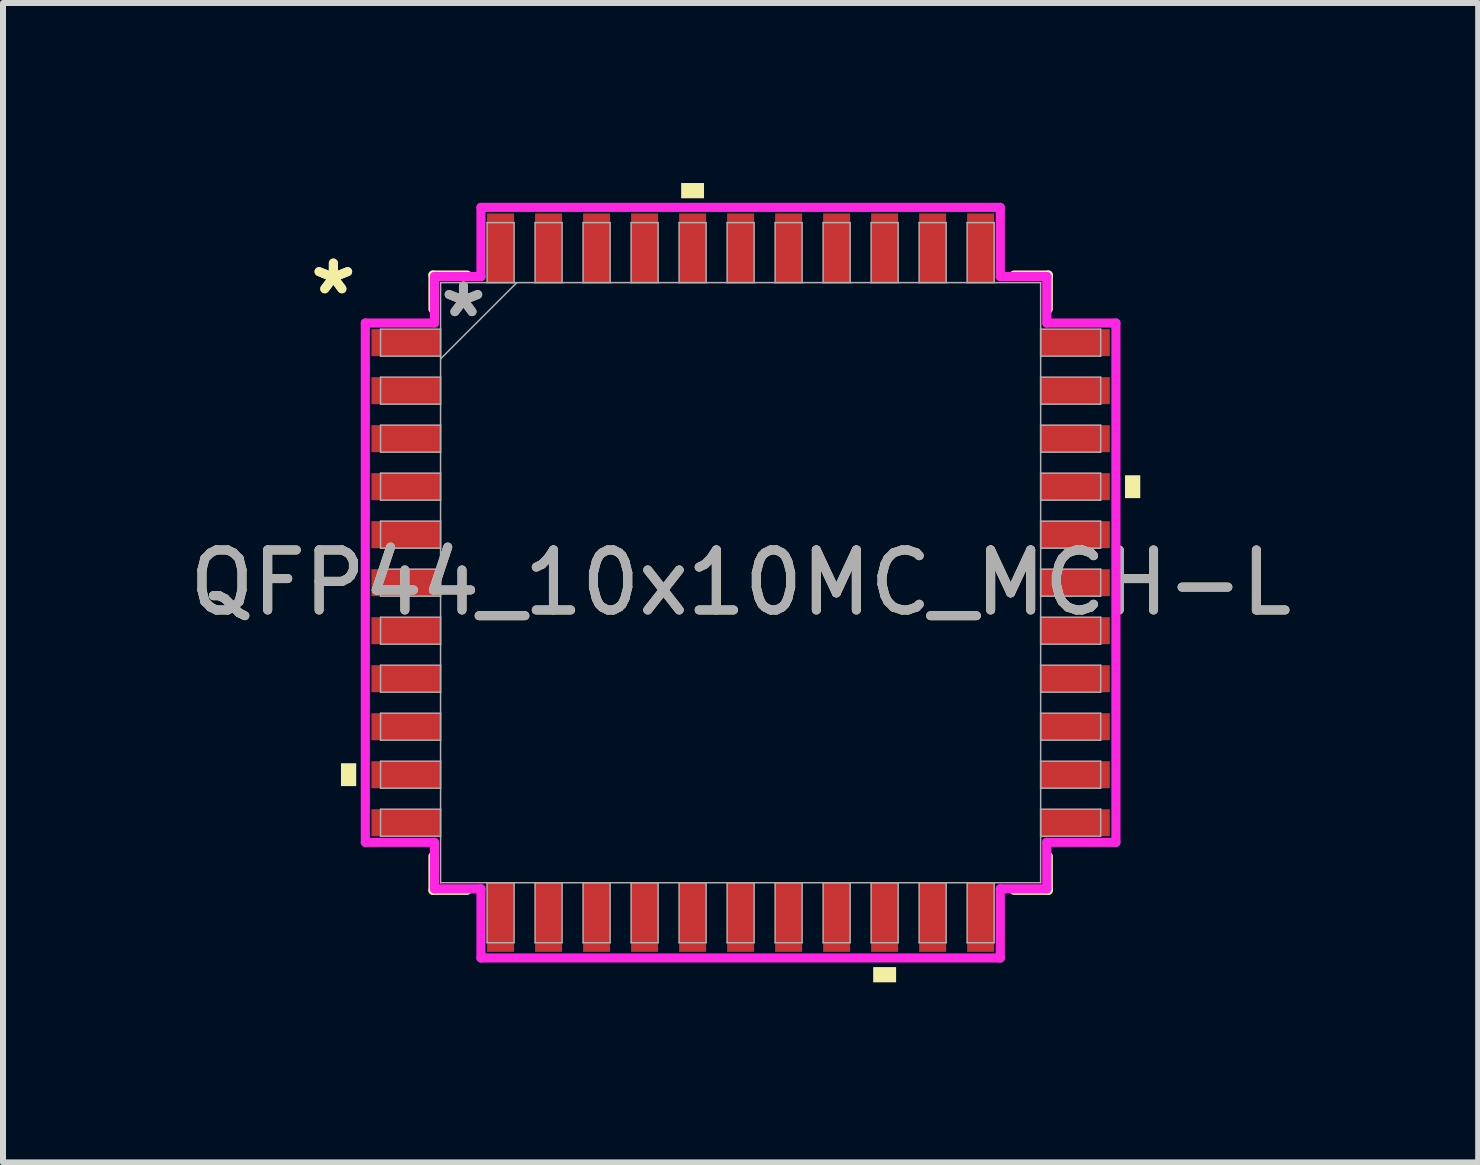
<source format=kicad_pcb>
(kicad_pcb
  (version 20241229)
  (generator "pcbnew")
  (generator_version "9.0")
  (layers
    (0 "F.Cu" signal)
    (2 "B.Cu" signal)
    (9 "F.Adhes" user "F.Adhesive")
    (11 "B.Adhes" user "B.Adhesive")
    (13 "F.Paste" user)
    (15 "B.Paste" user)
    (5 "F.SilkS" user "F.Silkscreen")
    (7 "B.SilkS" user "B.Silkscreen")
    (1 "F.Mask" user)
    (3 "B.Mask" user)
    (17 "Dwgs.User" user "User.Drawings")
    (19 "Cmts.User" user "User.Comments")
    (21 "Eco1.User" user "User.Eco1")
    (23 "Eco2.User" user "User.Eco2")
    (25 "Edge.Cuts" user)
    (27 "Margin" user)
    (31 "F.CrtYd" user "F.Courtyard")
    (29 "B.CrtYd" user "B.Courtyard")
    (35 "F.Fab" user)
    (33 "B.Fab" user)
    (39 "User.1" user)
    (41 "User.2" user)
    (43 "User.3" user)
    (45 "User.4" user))
  (footprint "QFP44_10x10MC_MCH-L"
    (layer "F.Cu")
    (at 9.292 6.66)
    (property "Reference" "QFP44_10x10MC_MCH-L" (at 0 0 0) (unlocked yes) (layer "F.SilkS") (effects (font (size 1 1) (thickness 0.15))))
    (attr smd)
    (fp_line (start -5.127 -5.127) (end -5.127 -4.558) (stroke (width 0.152) (type solid)) (layer "F.SilkS"))
    (fp_line (start -5.127 4.558) (end -5.127 5.127) (stroke (width 0.152) (type solid)) (layer "F.SilkS"))
    (fp_line (start -5.127 5.127) (end -4.558 5.127) (stroke (width 0.152) (type solid)) (layer "F.SilkS"))
    (fp_line (start -4.558 -5.127) (end -5.127 -5.127) (stroke (width 0.152) (type solid)) (layer "F.SilkS"))
    (fp_line (start 4.558 5.127) (end 5.127 5.127) (stroke (width 0.152) (type solid)) (layer "F.SilkS"))
    (fp_line (start 5.127 -5.127) (end 4.558 -5.127) (stroke (width 0.152) (type solid)) (layer "F.SilkS"))
    (fp_line (start 5.127 -4.558) (end 5.127 -5.127) (stroke (width 0.152) (type solid)) (layer "F.SilkS"))
    (fp_line (start 5.127 5.127) (end 5.127 4.558) (stroke (width 0.152) (type solid)) (layer "F.SilkS"))
    (fp_poly (pts (xy -6.66 3.009) (xy -6.66 3.39) (xy -6.406 3.39) (xy -6.406 3.009)) (stroke (width 0) (type solid)) (fill yes) (layer "F.SilkS"))
    (fp_poly (pts (xy -0.991 -6.406) (xy -0.991 -6.66) (xy -0.61 -6.66) (xy -0.61 -6.406)) (stroke (width 0) (type solid)) (fill yes) (layer "F.SilkS"))
    (fp_poly (pts (xy 2.209 6.406) (xy 2.209 6.66) (xy 2.591 6.66) (xy 2.591 6.406)) (stroke (width 0) (type solid)) (fill yes) (layer "F.SilkS"))
    (fp_poly (pts (xy 6.66 -1.79) (xy 6.66 -1.409) (xy 6.406 -1.409) (xy 6.406 -1.79)) (stroke (width 0) (type solid)) (fill yes) (layer "F.SilkS"))
    (fp_line (start -6.254 -4.327) (end -5.102 -4.327) (stroke (width 0.152) (type solid)) (layer "F.CrtYd"))
    (fp_line (start -6.254 4.327) (end -6.254 -4.327) (stroke (width 0.152) (type solid)) (layer "F.CrtYd"))
    (fp_line (start -5.102 -5.102) (end -4.327 -5.102) (stroke (width 0.152) (type solid)) (layer "F.CrtYd"))
    (fp_line (start -5.102 -4.327) (end -5.102 -5.102) (stroke (width 0.152) (type solid)) (layer "F.CrtYd"))
    (fp_line (start -5.102 4.327) (end -6.254 4.327) (stroke (width 0.152) (type solid)) (layer "F.CrtYd"))
    (fp_line (start -5.102 5.102) (end -5.102 4.327) (stroke (width 0.152) (type solid)) (layer "F.CrtYd"))
    (fp_line (start -5.102 5.102) (end -4.327 5.102) (stroke (width 0.152) (type solid)) (layer "F.CrtYd"))
    (fp_line (start -4.327 -6.254) (end 4.327 -6.254) (stroke (width 0.152) (type solid)) (layer "F.CrtYd"))
    (fp_line (start -4.327 -5.102) (end -4.327 -6.254) (stroke (width 0.152) (type solid)) (layer "F.CrtYd"))
    (fp_line (start -4.327 5.102) (end -4.327 6.254) (stroke (width 0.152) (type solid)) (layer "F.CrtYd"))
    (fp_line (start -4.327 6.254) (end 4.327 6.254) (stroke (width 0.152) (type solid)) (layer "F.CrtYd"))
    (fp_line (start 4.327 -6.254) (end 4.327 -5.102) (stroke (width 0.152) (type solid)) (layer "F.CrtYd"))
    (fp_line (start 4.327 -5.102) (end 5.102 -5.102) (stroke (width 0.152) (type solid)) (layer "F.CrtYd"))
    (fp_line (start 4.327 5.102) (end 5.102 5.102) (stroke (width 0.152) (type solid)) (layer "F.CrtYd"))
    (fp_line (start 4.327 6.254) (end 4.327 5.102) (stroke (width 0.152) (type solid)) (layer "F.CrtYd"))
    (fp_line (start 5.102 -4.327) (end 5.102 -5.102) (stroke (width 0.152) (type solid)) (layer "F.CrtYd"))
    (fp_line (start 5.102 4.327) (end 6.254 4.327) (stroke (width 0.152) (type solid)) (layer "F.CrtYd"))
    (fp_line (start 5.102 5.102) (end 5.102 4.327) (stroke (width 0.152) (type solid)) (layer "F.CrtYd"))
    (fp_line (start 6.254 -4.327) (end 5.102 -4.327) (stroke (width 0.152) (type solid)) (layer "F.CrtYd"))
    (fp_line (start 6.254 4.327) (end 6.254 -4.327) (stroke (width 0.152) (type solid)) (layer "F.CrtYd"))
    (fp_line (start -6 -4.225) (end -6 -3.775) (stroke (width 0.025) (type solid)) (layer "F.Fab"))
    (fp_line (start -6 -3.775) (end -5 -3.775) (stroke (width 0.025) (type solid)) (layer "F.Fab"))
    (fp_line (start -6 -3.425) (end -6 -2.975) (stroke (width 0.025) (type solid)) (layer "F.Fab"))
    (fp_line (start -6 -2.975) (end -5 -2.975) (stroke (width 0.025) (type solid)) (layer "F.Fab"))
    (fp_line (start -6 -2.625) (end -6 -2.175) (stroke (width 0.025) (type solid)) (layer "F.Fab"))
    (fp_line (start -6 -2.175) (end -5 -2.175) (stroke (width 0.025) (type solid)) (layer "F.Fab"))
    (fp_line (start -6 -1.825) (end -6 -1.375) (stroke (width 0.025) (type solid)) (layer "F.Fab"))
    (fp_line (start -6 -1.375) (end -5 -1.375) (stroke (width 0.025) (type solid)) (layer "F.Fab"))
    (fp_line (start -6 -1.025) (end -6 -0.575) (stroke (width 0.025) (type solid)) (layer "F.Fab"))
    (fp_line (start -6 -0.575) (end -5 -0.575) (stroke (width 0.025) (type solid)) (layer "F.Fab"))
    (fp_line (start -6 -0.225) (end -6 0.225) (stroke (width 0.025) (type solid)) (layer "F.Fab"))
    (fp_line (start -6 0.225) (end -5 0.225) (stroke (width 0.025) (type solid)) (layer "F.Fab"))
    (fp_line (start -6 0.575) (end -6 1.025) (stroke (width 0.025) (type solid)) (layer "F.Fab"))
    (fp_line (start -6 1.025) (end -5 1.025) (stroke (width 0.025) (type solid)) (layer "F.Fab"))
    (fp_line (start -6 1.375) (end -6 1.825) (stroke (width 0.025) (type solid)) (layer "F.Fab"))
    (fp_line (start -6 1.825) (end -5 1.825) (stroke (width 0.025) (type solid)) (layer "F.Fab"))
    (fp_line (start -6 2.175) (end -6 2.625) (stroke (width 0.025) (type solid)) (layer "F.Fab"))
    (fp_line (start -6 2.625) (end -5 2.625) (stroke (width 0.025) (type solid)) (layer "F.Fab"))
    (fp_line (start -6 2.975) (end -6 3.425) (stroke (width 0.025) (type solid)) (layer "F.Fab"))
    (fp_line (start -6 3.425) (end -5 3.425) (stroke (width 0.025) (type solid)) (layer "F.Fab"))
    (fp_line (start -6 3.775) (end -6 4.225) (stroke (width 0.025) (type solid)) (layer "F.Fab"))
    (fp_line (start -6 4.225) (end -5 4.225) (stroke (width 0.025) (type solid)) (layer "F.Fab"))
    (fp_line (start -5 -5) (end -5 5) (stroke (width 0.025) (type solid)) (layer "F.Fab"))
    (fp_line (start -5 -4.225) (end -6 -4.225) (stroke (width 0.025) (type solid)) (layer "F.Fab"))
    (fp_line (start -5 -3.775) (end -5 -4.225) (stroke (width 0.025) (type solid)) (layer "F.Fab"))
    (fp_line (start -5 -3.73) (end -3.73 -5) (stroke (width 0.025) (type solid)) (layer "F.Fab"))
    (fp_line (start -5 -3.425) (end -6 -3.425) (stroke (width 0.025) (type solid)) (layer "F.Fab"))
    (fp_line (start -5 -2.975) (end -5 -3.425) (stroke (width 0.025) (type solid)) (layer "F.Fab"))
    (fp_line (start -5 -2.625) (end -6 -2.625) (stroke (width 0.025) (type solid)) (layer "F.Fab"))
    (fp_line (start -5 -2.175) (end -5 -2.625) (stroke (width 0.025) (type solid)) (layer "F.Fab"))
    (fp_line (start -5 -1.825) (end -6 -1.825) (stroke (width 0.025) (type solid)) (layer "F.Fab"))
    (fp_line (start -5 -1.375) (end -5 -1.825) (stroke (width 0.025) (type solid)) (layer "F.Fab"))
    (fp_line (start -5 -1.025) (end -6 -1.025) (stroke (width 0.025) (type solid)) (layer "F.Fab"))
    (fp_line (start -5 -0.575) (end -5 -1.025) (stroke (width 0.025) (type solid)) (layer "F.Fab"))
    (fp_line (start -5 -0.225) (end -6 -0.225) (stroke (width 0.025) (type solid)) (layer "F.Fab"))
    (fp_line (start -5 0.225) (end -5 -0.225) (stroke (width 0.025) (type solid)) (layer "F.Fab"))
    (fp_line (start -5 0.575) (end -6 0.575) (stroke (width 0.025) (type solid)) (layer "F.Fab"))
    (fp_line (start -5 1.025) (end -5 0.575) (stroke (width 0.025) (type solid)) (layer "F.Fab"))
    (fp_line (start -5 1.375) (end -6 1.375) (stroke (width 0.025) (type solid)) (layer "F.Fab"))
    (fp_line (start -5 1.825) (end -5 1.375) (stroke (width 0.025) (type solid)) (layer "F.Fab"))
    (fp_line (start -5 2.175) (end -6 2.175) (stroke (width 0.025) (type solid)) (layer "F.Fab"))
    (fp_line (start -5 2.625) (end -5 2.175) (stroke (width 0.025) (type solid)) (layer "F.Fab"))
    (fp_line (start -5 2.975) (end -6 2.975) (stroke (width 0.025) (type solid)) (layer "F.Fab"))
    (fp_line (start -5 3.425) (end -5 2.975) (stroke (width 0.025) (type solid)) (layer "F.Fab"))
    (fp_line (start -5 3.775) (end -6 3.775) (stroke (width 0.025) (type solid)) (layer "F.Fab"))
    (fp_line (start -5 4.225) (end -5 3.775) (stroke (width 0.025) (type solid)) (layer "F.Fab"))
    (fp_line (start -5 5) (end 5 5) (stroke (width 0.025) (type solid)) (layer "F.Fab"))
    (fp_line (start -4.225 5) (end -4.225 6) (stroke (width 0.025) (type solid)) (layer "F.Fab"))
    (fp_line (start -4.225 6) (end -3.775 6) (stroke (width 0.025) (type solid)) (layer "F.Fab"))
    (fp_line (start -4.225 -6) (end -4.225 -5) (stroke (width 0.025) (type solid)) (layer "F.Fab"))
    (fp_line (start -4.225 -5) (end -3.775 -5) (stroke (width 0.025) (type solid)) (layer "F.Fab"))
    (fp_line (start -3.775 5) (end -4.225 5) (stroke (width 0.025) (type solid)) (layer "F.Fab"))
    (fp_line (start -3.775 6) (end -3.775 5) (stroke (width 0.025) (type solid)) (layer "F.Fab"))
    (fp_line (start -3.775 -6) (end -4.225 -6) (stroke (width 0.025) (type solid)) (layer "F.Fab"))
    (fp_line (start -3.775 -5) (end -3.775 -6) (stroke (width 0.025) (type solid)) (layer "F.Fab"))
    (fp_line (start -3.425 -6) (end -3.425 -5) (stroke (width 0.025) (type solid)) (layer "F.Fab"))
    (fp_line (start -3.425 -5) (end -2.975 -5) (stroke (width 0.025) (type solid)) (layer "F.Fab"))
    (fp_line (start -3.425 5) (end -3.425 6) (stroke (width 0.025) (type solid)) (layer "F.Fab"))
    (fp_line (start -3.425 6) (end -2.975 6) (stroke (width 0.025) (type solid)) (layer "F.Fab"))
    (fp_line (start -2.975 5) (end -3.425 5) (stroke (width 0.025) (type solid)) (layer "F.Fab"))
    (fp_line (start -2.975 6) (end -2.975 5) (stroke (width 0.025) (type solid)) (layer "F.Fab"))
    (fp_line (start -2.975 -6) (end -3.425 -6) (stroke (width 0.025) (type solid)) (layer "F.Fab"))
    (fp_line (start -2.975 -5) (end -2.975 -6) (stroke (width 0.025) (type solid)) (layer "F.Fab"))
    (fp_line (start -2.625 -6) (end -2.625 -5) (stroke (width 0.025) (type solid)) (layer "F.Fab"))
    (fp_line (start -2.625 -5) (end -2.175 -5) (stroke (width 0.025) (type solid)) (layer "F.Fab"))
    (fp_line (start -2.625 5) (end -2.625 6) (stroke (width 0.025) (type solid)) (layer "F.Fab"))
    (fp_line (start -2.625 6) (end -2.175 6) (stroke (width 0.025) (type solid)) (layer "F.Fab"))
    (fp_line (start -2.175 -6) (end -2.625 -6) (stroke (width 0.025) (type solid)) (layer "F.Fab"))
    (fp_line (start -2.175 -5) (end -2.175 -6) (stroke (width 0.025) (type solid)) (layer "F.Fab"))
    (fp_line (start -2.175 5) (end -2.625 5) (stroke (width 0.025) (type solid)) (layer "F.Fab"))
    (fp_line (start -2.175 6) (end -2.175 5) (stroke (width 0.025) (type solid)) (layer "F.Fab"))
    (fp_line (start -1.825 -6) (end -1.825 -5) (stroke (width 0.025) (type solid)) (layer "F.Fab"))
    (fp_line (start -1.825 -5) (end -1.375 -5) (stroke (width 0.025) (type solid)) (layer "F.Fab"))
    (fp_line (start -1.825 5) (end -1.825 6) (stroke (width 0.025) (type solid)) (layer "F.Fab"))
    (fp_line (start -1.825 6) (end -1.375 6) (stroke (width 0.025) (type solid)) (layer "F.Fab"))
    (fp_line (start -1.375 -6) (end -1.825 -6) (stroke (width 0.025) (type solid)) (layer "F.Fab"))
    (fp_line (start -1.375 -5) (end -1.375 -6) (stroke (width 0.025) (type solid)) (layer "F.Fab"))
    (fp_line (start -1.375 5) (end -1.825 5) (stroke (width 0.025) (type solid)) (layer "F.Fab"))
    (fp_line (start -1.375 6) (end -1.375 5) (stroke (width 0.025) (type solid)) (layer "F.Fab"))
    (fp_line (start -1.025 -6) (end -1.025 -5) (stroke (width 0.025) (type solid)) (layer "F.Fab"))
    (fp_line (start -1.025 -5) (end -0.575 -5) (stroke (width 0.025) (type solid)) (layer "F.Fab"))
    (fp_line (start -1.025 5) (end -1.025 6) (stroke (width 0.025) (type solid)) (layer "F.Fab"))
    (fp_line (start -1.025 6) (end -0.575 6) (stroke (width 0.025) (type solid)) (layer "F.Fab"))
    (fp_line (start -0.575 -6) (end -1.025 -6) (stroke (width 0.025) (type solid)) (layer "F.Fab"))
    (fp_line (start -0.575 -5) (end -0.575 -6) (stroke (width 0.025) (type solid)) (layer "F.Fab"))
    (fp_line (start -0.575 5) (end -1.025 5) (stroke (width 0.025) (type solid)) (layer "F.Fab"))
    (fp_line (start -0.575 6) (end -0.575 5) (stroke (width 0.025) (type solid)) (layer "F.Fab"))
    (fp_line (start -0.225 -6) (end -0.225 -5) (stroke (width 0.025) (type solid)) (layer "F.Fab"))
    (fp_line (start -0.225 -5) (end 0.225 -5) (stroke (width 0.025) (type solid)) (layer "F.Fab"))
    (fp_line (start -0.225 5) (end -0.225 6) (stroke (width 0.025) (type solid)) (layer "F.Fab"))
    (fp_line (start -0.225 6) (end 0.225 6) (stroke (width 0.025) (type solid)) (layer "F.Fab"))
    (fp_line (start 0.225 -6) (end -0.225 -6) (stroke (width 0.025) (type solid)) (layer "F.Fab"))
    (fp_line (start 0.225 -5) (end 0.225 -6) (stroke (width 0.025) (type solid)) (layer "F.Fab"))
    (fp_line (start 0.225 5) (end -0.225 5) (stroke (width 0.025) (type solid)) (layer "F.Fab"))
    (fp_line (start 0.225 6) (end 0.225 5) (stroke (width 0.025) (type solid)) (layer "F.Fab"))
    (fp_line (start 0.575 -6) (end 0.575 -5) (stroke (width 0.025) (type solid)) (layer "F.Fab"))
    (fp_line (start 0.575 -5) (end 1.025 -5) (stroke (width 0.025) (type solid)) (layer "F.Fab"))
    (fp_line (start 0.575 5) (end 0.575 6) (stroke (width 0.025) (type solid)) (layer "F.Fab"))
    (fp_line (start 0.575 6) (end 1.025 6) (stroke (width 0.025) (type solid)) (layer "F.Fab"))
    (fp_line (start 1.025 -6) (end 0.575 -6) (stroke (width 0.025) (type solid)) (layer "F.Fab"))
    (fp_line (start 1.025 -5) (end 1.025 -6) (stroke (width 0.025) (type solid)) (layer "F.Fab"))
    (fp_line (start 1.025 5) (end 0.575 5) (stroke (width 0.025) (type solid)) (layer "F.Fab"))
    (fp_line (start 1.025 6) (end 1.025 5) (stroke (width 0.025) (type solid)) (layer "F.Fab"))
    (fp_line (start 1.375 -6) (end 1.375 -5) (stroke (width 0.025) (type solid)) (layer "F.Fab"))
    (fp_line (start 1.375 -5) (end 1.825 -5) (stroke (width 0.025) (type solid)) (layer "F.Fab"))
    (fp_line (start 1.375 5) (end 1.375 6) (stroke (width 0.025) (type solid)) (layer "F.Fab"))
    (fp_line (start 1.375 6) (end 1.825 6) (stroke (width 0.025) (type solid)) (layer "F.Fab"))
    (fp_line (start 1.825 -6) (end 1.375 -6) (stroke (width 0.025) (type solid)) (layer "F.Fab"))
    (fp_line (start 1.825 -5) (end 1.825 -6) (stroke (width 0.025) (type solid)) (layer "F.Fab"))
    (fp_line (start 1.825 5) (end 1.375 5) (stroke (width 0.025) (type solid)) (layer "F.Fab"))
    (fp_line (start 1.825 6) (end 1.825 5) (stroke (width 0.025) (type solid)) (layer "F.Fab"))
    (fp_line (start 2.175 -6) (end 2.175 -5) (stroke (width 0.025) (type solid)) (layer "F.Fab"))
    (fp_line (start 2.175 -5) (end 2.625 -5) (stroke (width 0.025) (type solid)) (layer "F.Fab"))
    (fp_line (start 2.175 5) (end 2.175 6) (stroke (width 0.025) (type solid)) (layer "F.Fab"))
    (fp_line (start 2.175 6) (end 2.625 6) (stroke (width 0.025) (type solid)) (layer "F.Fab"))
    (fp_line (start 2.625 -6) (end 2.175 -6) (stroke (width 0.025) (type solid)) (layer "F.Fab"))
    (fp_line (start 2.625 -5) (end 2.625 -6) (stroke (width 0.025) (type solid)) (layer "F.Fab"))
    (fp_line (start 2.625 5) (end 2.175 5) (stroke (width 0.025) (type solid)) (layer "F.Fab"))
    (fp_line (start 2.625 6) (end 2.625 5) (stroke (width 0.025) (type solid)) (layer "F.Fab"))
    (fp_line (start 2.975 5) (end 2.975 6) (stroke (width 0.025) (type solid)) (layer "F.Fab"))
    (fp_line (start 2.975 6) (end 3.425 6) (stroke (width 0.025) (type solid)) (layer "F.Fab"))
    (fp_line (start 2.975 -6) (end 2.975 -5) (stroke (width 0.025) (type solid)) (layer "F.Fab"))
    (fp_line (start 2.975 -5) (end 3.425 -5) (stroke (width 0.025) (type solid)) (layer "F.Fab"))
    (fp_line (start 3.425 -6) (end 2.975 -6) (stroke (width 0.025) (type solid)) (layer "F.Fab"))
    (fp_line (start 3.425 -5) (end 3.425 -6) (stroke (width 0.025) (type solid)) (layer "F.Fab"))
    (fp_line (start 3.425 5) (end 2.975 5) (stroke (width 0.025) (type solid)) (layer "F.Fab"))
    (fp_line (start 3.425 6) (end 3.425 5) (stroke (width 0.025) (type solid)) (layer "F.Fab"))
    (fp_line (start 3.775 5) (end 3.775 6) (stroke (width 0.025) (type solid)) (layer "F.Fab"))
    (fp_line (start 3.775 6) (end 4.225 6) (stroke (width 0.025) (type solid)) (layer "F.Fab"))
    (fp_line (start 3.775 -6) (end 3.775 -5) (stroke (width 0.025) (type solid)) (layer "F.Fab"))
    (fp_line (start 3.775 -5) (end 4.225 -5) (stroke (width 0.025) (type solid)) (layer "F.Fab"))
    (fp_line (start 4.225 5) (end 3.775 5) (stroke (width 0.025) (type solid)) (layer "F.Fab"))
    (fp_line (start 4.225 6) (end 4.225 5) (stroke (width 0.025) (type solid)) (layer "F.Fab"))
    (fp_line (start 4.225 -6) (end 3.775 -6) (stroke (width 0.025) (type solid)) (layer "F.Fab"))
    (fp_line (start 4.225 -5) (end 4.225 -6) (stroke (width 0.025) (type solid)) (layer "F.Fab"))
    (fp_line (start 5 -5) (end -5 -5) (stroke (width 0.025) (type solid)) (layer "F.Fab"))
    (fp_line (start 5 -4.225) (end 5 -3.775) (stroke (width 0.025) (type solid)) (layer "F.Fab"))
    (fp_line (start 5 -3.775) (end 6 -3.775) (stroke (width 0.025) (type solid)) (layer "F.Fab"))
    (fp_line (start 5 -3.425) (end 5 -2.975) (stroke (width 0.025) (type solid)) (layer "F.Fab"))
    (fp_line (start 5 -2.975) (end 6 -2.975) (stroke (width 0.025) (type solid)) (layer "F.Fab"))
    (fp_line (start 5 -2.625) (end 5 -2.175) (stroke (width 0.025) (type solid)) (layer "F.Fab"))
    (fp_line (start 5 -2.175) (end 6 -2.175) (stroke (width 0.025) (type solid)) (layer "F.Fab"))
    (fp_line (start 5 -1.825) (end 5 -1.375) (stroke (width 0.025) (type solid)) (layer "F.Fab"))
    (fp_line (start 5 -1.375) (end 6 -1.375) (stroke (width 0.025) (type solid)) (layer "F.Fab"))
    (fp_line (start 5 -1.025) (end 5 -0.575) (stroke (width 0.025) (type solid)) (layer "F.Fab"))
    (fp_line (start 5 -0.575) (end 6 -0.575) (stroke (width 0.025) (type solid)) (layer "F.Fab"))
    (fp_line (start 5 -0.225) (end 5 0.225) (stroke (width 0.025) (type solid)) (layer "F.Fab"))
    (fp_line (start 5 0.225) (end 6 0.225) (stroke (width 0.025) (type solid)) (layer "F.Fab"))
    (fp_line (start 5 0.575) (end 5 1.025) (stroke (width 0.025) (type solid)) (layer "F.Fab"))
    (fp_line (start 5 1.025) (end 6 1.025) (stroke (width 0.025) (type solid)) (layer "F.Fab"))
    (fp_line (start 5 1.375) (end 5 1.825) (stroke (width 0.025) (type solid)) (layer "F.Fab"))
    (fp_line (start 5 1.825) (end 6 1.825) (stroke (width 0.025) (type solid)) (layer "F.Fab"))
    (fp_line (start 5 2.175) (end 5 2.625) (stroke (width 0.025) (type solid)) (layer "F.Fab"))
    (fp_line (start 5 2.625) (end 6 2.625) (stroke (width 0.025) (type solid)) (layer "F.Fab"))
    (fp_line (start 5 2.975) (end 5 3.425) (stroke (width 0.025) (type solid)) (layer "F.Fab"))
    (fp_line (start 5 3.425) (end 6 3.425) (stroke (width 0.025) (type solid)) (layer "F.Fab"))
    (fp_line (start 5 3.775) (end 5 4.225) (stroke (width 0.025) (type solid)) (layer "F.Fab"))
    (fp_line (start 5 4.225) (end 6 4.225) (stroke (width 0.025) (type solid)) (layer "F.Fab"))
    (fp_line (start 5 5) (end 5 -5) (stroke (width 0.025) (type solid)) (layer "F.Fab"))
    (fp_line (start 6 -4.225) (end 5 -4.225) (stroke (width 0.025) (type solid)) (layer "F.Fab"))
    (fp_line (start 6 -3.775) (end 6 -4.225) (stroke (width 0.025) (type solid)) (layer "F.Fab"))
    (fp_line (start 6 -3.425) (end 5 -3.425) (stroke (width 0.025) (type solid)) (layer "F.Fab"))
    (fp_line (start 6 -2.975) (end 6 -3.425) (stroke (width 0.025) (type solid)) (layer "F.Fab"))
    (fp_line (start 6 -2.625) (end 5 -2.625) (stroke (width 0.025) (type solid)) (layer "F.Fab"))
    (fp_line (start 6 -2.175) (end 6 -2.625) (stroke (width 0.025) (type solid)) (layer "F.Fab"))
    (fp_line (start 6 -1.825) (end 5 -1.825) (stroke (width 0.025) (type solid)) (layer "F.Fab"))
    (fp_line (start 6 -1.375) (end 6 -1.825) (stroke (width 0.025) (type solid)) (layer "F.Fab"))
    (fp_line (start 6 -1.025) (end 5 -1.025) (stroke (width 0.025) (type solid)) (layer "F.Fab"))
    (fp_line (start 6 -0.575) (end 6 -1.025) (stroke (width 0.025) (type solid)) (layer "F.Fab"))
    (fp_line (start 6 -0.225) (end 5 -0.225) (stroke (width 0.025) (type solid)) (layer "F.Fab"))
    (fp_line (start 6 0.225) (end 6 -0.225) (stroke (width 0.025) (type solid)) (layer "F.Fab"))
    (fp_line (start 6 0.575) (end 5 0.575) (stroke (width 0.025) (type solid)) (layer "F.Fab"))
    (fp_line (start 6 1.025) (end 6 0.575) (stroke (width 0.025) (type solid)) (layer "F.Fab"))
    (fp_line (start 6 1.375) (end 5 1.375) (stroke (width 0.025) (type solid)) (layer "F.Fab"))
    (fp_line (start 6 1.825) (end 6 1.375) (stroke (width 0.025) (type solid)) (layer "F.Fab"))
    (fp_line (start 6 2.175) (end 5 2.175) (stroke (width 0.025) (type solid)) (layer "F.Fab"))
    (fp_line (start 6 2.625) (end 6 2.175) (stroke (width 0.025) (type solid)) (layer "F.Fab"))
    (fp_line (start 6 2.975) (end 5 2.975) (stroke (width 0.025) (type solid)) (layer "F.Fab"))
    (fp_line (start 6 3.425) (end 6 2.975) (stroke (width 0.025) (type solid)) (layer "F.Fab"))
    (fp_line (start 6 3.775) (end 5 3.775) (stroke (width 0.025) (type solid)) (layer "F.Fab"))
    (fp_line (start 6 4.225) (end 6 3.775) (stroke (width 0.025) (type solid)) (layer "F.Fab"))
    (fp_text user "*" (at -6.787 -4.781 0) (unlocked yes) (layer "F.SilkS") (effects (font (size 1 1) (thickness 0.15))))
    (fp_text user "*" (at -6.787 -4.781 0) (layer "F.SilkS") (effects (font (size 1 1) (thickness 0.15))))
    (fp_text user "*" (at -4.619 -4.4 0) (unlocked yes) (layer "F.Fab") (effects (font (size 1 1) (thickness 0.15))))
    (fp_text user "${REFERENCE}" (at 0 0 0) (unlocked yes) (layer "F.Fab") (effects (font (size 1 1) (thickness 0.15))))
    (fp_text user "*" (at -4.619 -4.4 0) (layer "F.Fab") (effects (font (size 1 1) (thickness 0.15))))
    (pad "1" smd rect (at -5.576 -4 90) (size 0.45 1.152) (layers "F.Cu" "F.Mask" "F.Paste"))
    (pad "2" smd rect (at -5.576 -3.2 90) (size 0.45 1.152) (layers "F.Cu" "F.Mask" "F.Paste"))
    (pad "3" smd rect (at -5.576 -2.4 90) (size 0.45 1.152) (layers "F.Cu" "F.Mask" "F.Paste"))
    (pad "4" smd rect (at -5.576 -1.6 90) (size 0.45 1.152) (layers "F.Cu" "F.Mask" "F.Paste"))
    (pad "5" smd rect (at -5.576 -0.8 90) (size 0.45 1.152) (layers "F.Cu" "F.Mask" "F.Paste"))
    (pad "6" smd rect (at -5.576 0 90) (size 0.45 1.152) (layers "F.Cu" "F.Mask" "F.Paste"))
    (pad "7" smd rect (at -5.576 0.8 90) (size 0.45 1.152) (layers "F.Cu" "F.Mask" "F.Paste"))
    (pad "8" smd rect (at -5.576 1.6 90) (size 0.45 1.152) (layers "F.Cu" "F.Mask" "F.Paste"))
    (pad "9" smd rect (at -5.576 2.4 90) (size 0.45 1.152) (layers "F.Cu" "F.Mask" "F.Paste"))
    (pad "10" smd rect (at -5.576 3.2 90) (size 0.45 1.152) (layers "F.Cu" "F.Mask" "F.Paste"))
    (pad "11" smd rect (at -5.576 4 90) (size 0.45 1.152) (layers "F.Cu" "F.Mask" "F.Paste"))
    (pad "12" smd rect (at -4 5.576) (size 0.45 1.152) (layers "F.Cu" "F.Mask" "F.Paste"))
    (pad "13" smd rect (at -3.2 5.576) (size 0.45 1.152) (layers "F.Cu" "F.Mask" "F.Paste"))
    (pad "14" smd rect (at -2.4 5.576) (size 0.45 1.152) (layers "F.Cu" "F.Mask" "F.Paste"))
    (pad "15" smd rect (at -1.6 5.576) (size 0.45 1.152) (layers "F.Cu" "F.Mask" "F.Paste"))
    (pad "16" smd rect (at -0.8 5.576) (size 0.45 1.152) (layers "F.Cu" "F.Mask" "F.Paste"))
    (pad "17" smd rect (at 0 5.576) (size 0.45 1.152) (layers "F.Cu" "F.Mask" "F.Paste"))
    (pad "18" smd rect (at 0.8 5.576) (size 0.45 1.152) (layers "F.Cu" "F.Mask" "F.Paste"))
    (pad "19" smd rect (at 1.6 5.576) (size 0.45 1.152) (layers "F.Cu" "F.Mask" "F.Paste"))
    (pad "20" smd rect (at 2.4 5.576) (size 0.45 1.152) (layers "F.Cu" "F.Mask" "F.Paste"))
    (pad "21" smd rect (at 3.2 5.576) (size 0.45 1.152) (layers "F.Cu" "F.Mask" "F.Paste"))
    (pad "22" smd rect (at 4 5.576) (size 0.45 1.152) (layers "F.Cu" "F.Mask" "F.Paste"))
    (pad "23" smd rect (at 5.576 4 90) (size 0.45 1.152) (layers "F.Cu" "F.Mask" "F.Paste"))
    (pad "24" smd rect (at 5.576 3.2 90) (size 0.45 1.152) (layers "F.Cu" "F.Mask" "F.Paste"))
    (pad "25" smd rect (at 5.576 2.4 90) (size 0.45 1.152) (layers "F.Cu" "F.Mask" "F.Paste"))
    (pad "26" smd rect (at 5.576 1.6 90) (size 0.45 1.152) (layers "F.Cu" "F.Mask" "F.Paste"))
    (pad "27" smd rect (at 5.576 0.8 90) (size 0.45 1.152) (layers "F.Cu" "F.Mask" "F.Paste"))
    (pad "28" smd rect (at 5.576 0 90) (size 0.45 1.152) (layers "F.Cu" "F.Mask" "F.Paste"))
    (pad "29" smd rect (at 5.576 -0.8 90) (size 0.45 1.152) (layers "F.Cu" "F.Mask" "F.Paste"))
    (pad "30" smd rect (at 5.576 -1.6 90) (size 0.45 1.152) (layers "F.Cu" "F.Mask" "F.Paste"))
    (pad "31" smd rect (at 5.576 -2.4 90) (size 0.45 1.152) (layers "F.Cu" "F.Mask" "F.Paste"))
    (pad "32" smd rect (at 5.576 -3.2 90) (size 0.45 1.152) (layers "F.Cu" "F.Mask" "F.Paste"))
    (pad "33" smd rect (at 5.576 -4 90) (size 0.45 1.152) (layers "F.Cu" "F.Mask" "F.Paste"))
    (pad "34" smd rect (at 4 -5.576) (size 0.45 1.152) (layers "F.Cu" "F.Mask" "F.Paste"))
    (pad "35" smd rect (at 3.2 -5.576) (size 0.45 1.152) (layers "F.Cu" "F.Mask" "F.Paste"))
    (pad "36" smd rect (at 2.4 -5.576) (size 0.45 1.152) (layers "F.Cu" "F.Mask" "F.Paste"))
    (pad "37" smd rect (at 1.6 -5.576) (size 0.45 1.152) (layers "F.Cu" "F.Mask" "F.Paste"))
    (pad "38" smd rect (at 0.8 -5.576) (size 0.45 1.152) (layers "F.Cu" "F.Mask" "F.Paste"))
    (pad "39" smd rect (at 0 -5.576) (size 0.45 1.152) (layers "F.Cu" "F.Mask" "F.Paste"))
    (pad "40" smd rect (at -0.8 -5.576) (size 0.45 1.152) (layers "F.Cu" "F.Mask" "F.Paste"))
    (pad "41" smd rect (at -1.6 -5.576) (size 0.45 1.152) (layers "F.Cu" "F.Mask" "F.Paste"))
    (pad "42" smd rect (at -2.4 -5.576) (size 0.45 1.152) (layers "F.Cu" "F.Mask" "F.Paste"))
    (pad "43" smd rect (at -3.2 -5.576) (size 0.45 1.152) (layers "F.Cu" "F.Mask" "F.Paste"))
    (pad "44" smd rect (at -4 -5.576) (size 0.45 1.152) (layers "F.Cu" "F.Mask" "F.Paste")))
  (gr_rect
    (start -3 -3)
    (end 21.583 16.321)
    (stroke (width 0.1) (type default))
    (fill no)
    (layer "Edge.Cuts")))
</source>
